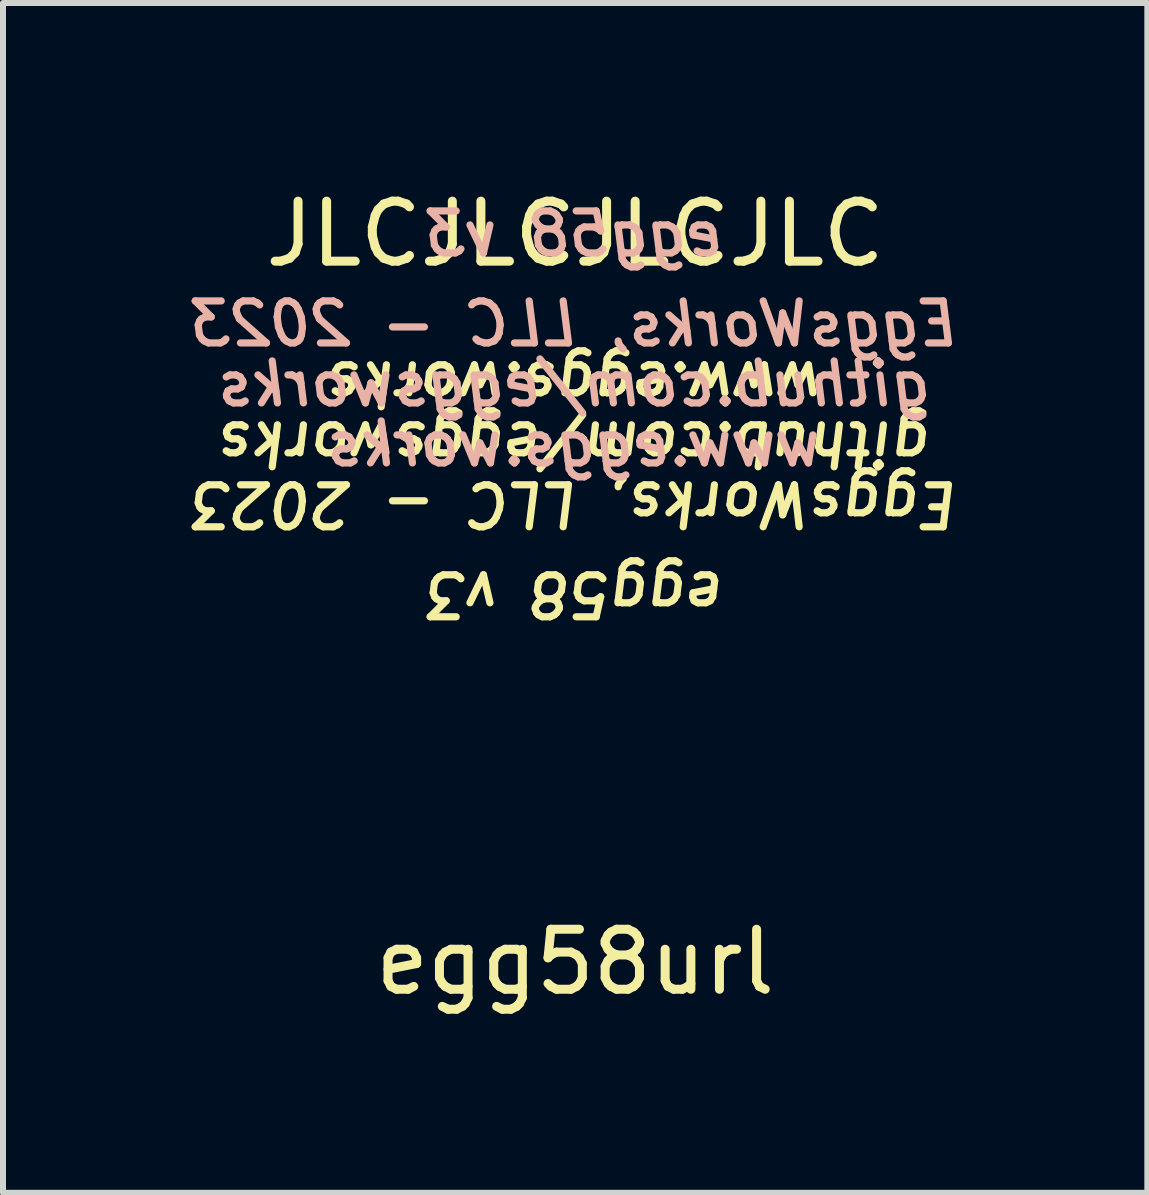
<source format=kicad_pcb>
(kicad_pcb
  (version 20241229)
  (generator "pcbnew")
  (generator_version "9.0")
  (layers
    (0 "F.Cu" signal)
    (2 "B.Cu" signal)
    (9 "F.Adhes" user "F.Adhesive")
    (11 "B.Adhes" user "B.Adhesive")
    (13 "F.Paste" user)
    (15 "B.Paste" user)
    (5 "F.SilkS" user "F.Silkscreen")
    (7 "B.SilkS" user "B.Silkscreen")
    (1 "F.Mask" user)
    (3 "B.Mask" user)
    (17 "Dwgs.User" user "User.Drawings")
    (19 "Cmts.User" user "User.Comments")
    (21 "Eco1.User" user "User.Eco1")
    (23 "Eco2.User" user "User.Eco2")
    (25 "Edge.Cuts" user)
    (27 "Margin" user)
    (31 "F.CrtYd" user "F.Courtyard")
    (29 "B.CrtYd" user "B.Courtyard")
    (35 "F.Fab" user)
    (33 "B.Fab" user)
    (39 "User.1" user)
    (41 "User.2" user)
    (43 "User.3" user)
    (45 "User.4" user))
  (footprint "egg58url"
    (layer "F.Cu")
    (at 6.537 4.348)
    (property "Reference" "egg58url" (at 0 8.636 180) (layer "F.SilkS") (effects (font (size 1 1) (thickness 0.15))))
    (attr through_hole)
    (fp_text user "EggsWorks, LLC - 2023" (at 0 1 180) (unlocked yes) (layer "F.SilkS") (effects (font (size 0.7 0.7) (thickness 0.12) (italic yes))))
    (fp_text user "JLCJLCJLCJLC" (at 0 -3.5 180) (layer "F.SilkS") (effects (font (size 1 1) (thickness 0.15))))
    (fp_text user "egg58 v3" (at 0 2.5 180) (unlocked yes) (layer "F.SilkS") (effects (font (size 0.7 0.7) (thickness 0.12) (italic yes))))
    (fp_text user "www.eggs.works" (at 0 -1 180) (unlocked yes) (layer "F.SilkS") (effects (font (size 0.7 0.7) (thickness 0.12) (italic yes))))
    (fp_text user "github.com/eggsworks" (at 0 0 180) (unlocked yes) (layer "F.SilkS") (effects (font (size 0.7 0.7) (thickness 0.12) (italic yes))))
    (fp_text user "egg58 v3" (at 0 -3.5 0) (unlocked yes) (layer "B.SilkS") (effects (font (size 0.7 0.7) (thickness 0.12) (italic yes)) (justify mirror)))
    (fp_text user "www.eggs.works" (at 0 0 0) (unlocked yes) (layer "B.SilkS") (effects (font (size 0.7 0.7) (thickness 0.12) (italic yes)) (justify mirror)))
    (fp_text user "EggsWorks, LLC - 2023" (at 0 -2 0) (unlocked yes) (layer "B.SilkS") (effects (font (size 0.7 0.7) (thickness 0.12) (italic yes)) (justify mirror)))
    (fp_text user "github.com/eggsworks" (at 0 -1 0) (unlocked yes) (layer "B.SilkS") (effects (font (size 0.7 0.7) (thickness 0.12) (italic yes)) (justify mirror))))
  (gr_rect
    (start -3 -3)
    (end 16.074 16.832)
    (stroke (width 0.1) (type default))
    (fill no)
    (layer "Edge.Cuts")))
</source>
